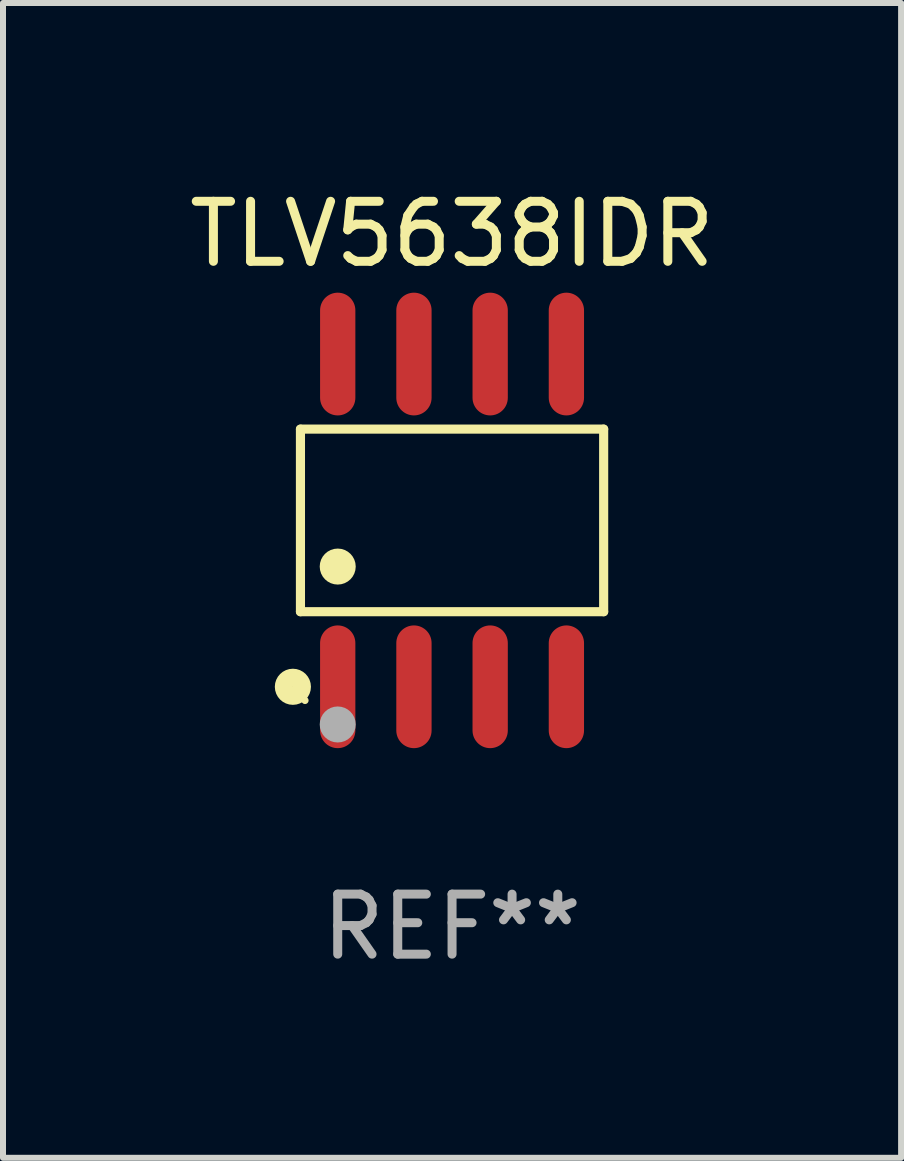
<source format=kicad_pcb>
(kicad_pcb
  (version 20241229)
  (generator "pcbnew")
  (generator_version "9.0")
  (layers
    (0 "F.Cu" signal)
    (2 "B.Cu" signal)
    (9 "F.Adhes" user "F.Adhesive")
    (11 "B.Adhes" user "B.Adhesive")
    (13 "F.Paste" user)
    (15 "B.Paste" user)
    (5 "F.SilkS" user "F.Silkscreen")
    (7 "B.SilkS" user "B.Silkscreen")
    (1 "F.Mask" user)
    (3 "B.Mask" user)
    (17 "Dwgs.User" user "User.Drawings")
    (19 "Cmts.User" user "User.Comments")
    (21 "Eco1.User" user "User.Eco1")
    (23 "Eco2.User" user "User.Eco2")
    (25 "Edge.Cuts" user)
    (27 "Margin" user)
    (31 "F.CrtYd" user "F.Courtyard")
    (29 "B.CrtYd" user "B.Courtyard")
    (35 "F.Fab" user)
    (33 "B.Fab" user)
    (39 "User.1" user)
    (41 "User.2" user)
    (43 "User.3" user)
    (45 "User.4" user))
  (footprint "TLV5638IDR"
    (layer "F.Cu")
    (at 4.482 5.621)
    (property "Reference" "TLV5638IDR" (at 0 -4.772 0) (layer "F.SilkS") (effects (font (size 1 1) (thickness 0.15))))
    (attr through_hole)
    (fp_line (start -2.526 -1.521) (end 2.526 -1.521) (stroke (width 0.152) (type solid)) (layer "F.SilkS"))
    (fp_line (start -2.526 1.521) (end -2.526 -1.521) (stroke (width 0.152) (type solid)) (layer "F.SilkS"))
    (fp_line (start 2.526 -1.521) (end 2.526 1.521) (stroke (width 0.152) (type solid)) (layer "F.SilkS"))
    (fp_line (start 2.526 1.521) (end -2.526 1.521) (stroke (width 0.152) (type solid)) (layer "F.SilkS"))
    (fp_circle (center -2.652 2.772) (end -2.501 2.772) (stroke (width 0.3) (type solid)) (fill no) (layer "F.SilkS"))
    (fp_circle (center -2.45 3) (end -2.42 3) (stroke (width 0.06) (type solid)) (fill no) (layer "F.SilkS"))
    (fp_circle (center -1.905 0.769) (end -1.755 0.769) (stroke (width 0.3) (type solid)) (fill no) (layer "F.SilkS"))
    (fp_circle (center -1.905 3.4) (end -1.755 3.4) (stroke (width 0.3) (type solid)) (fill no) (layer "F.Fab"))
    (fp_text user "REF**" (at 0 6.772 0) (layer "F.Fab") (effects (font (size 1 1) (thickness 0.15))))
    (pad "1" smd oval (at -1.905 2.772) (size 0.588 2.045) (layers "F.Cu" "F.Mask" "F.Paste"))
    (pad "2" smd oval (at -0.635 2.772) (size 0.588 2.045) (layers "F.Cu" "F.Mask" "F.Paste"))
    (pad "3" smd oval (at 0.635 2.772) (size 0.588 2.045) (layers "F.Cu" "F.Mask" "F.Paste"))
    (pad "4" smd oval (at 1.905 2.772) (size 0.588 2.045) (layers "F.Cu" "F.Mask" "F.Paste"))
    (pad "5" smd oval (at 1.905 -2.772) (size 0.588 2.045) (layers "F.Cu" "F.Mask" "F.Paste"))
    (pad "6" smd oval (at 0.635 -2.772) (size 0.588 2.045) (layers "F.Cu" "F.Mask" "F.Paste"))
    (pad "7" smd oval (at -0.635 -2.772) (size 0.588 2.045) (layers "F.Cu" "F.Mask" "F.Paste"))
    (pad "8" smd oval (at -1.905 -2.772) (size 0.588 2.045) (layers "F.Cu" "F.Mask" "F.Paste")))
  (gr_rect
    (start -3 -3)
    (end 11.964 16.241)
    (stroke (width 0.1) (type default))
    (fill no)
    (layer "Edge.Cuts")))
</source>
